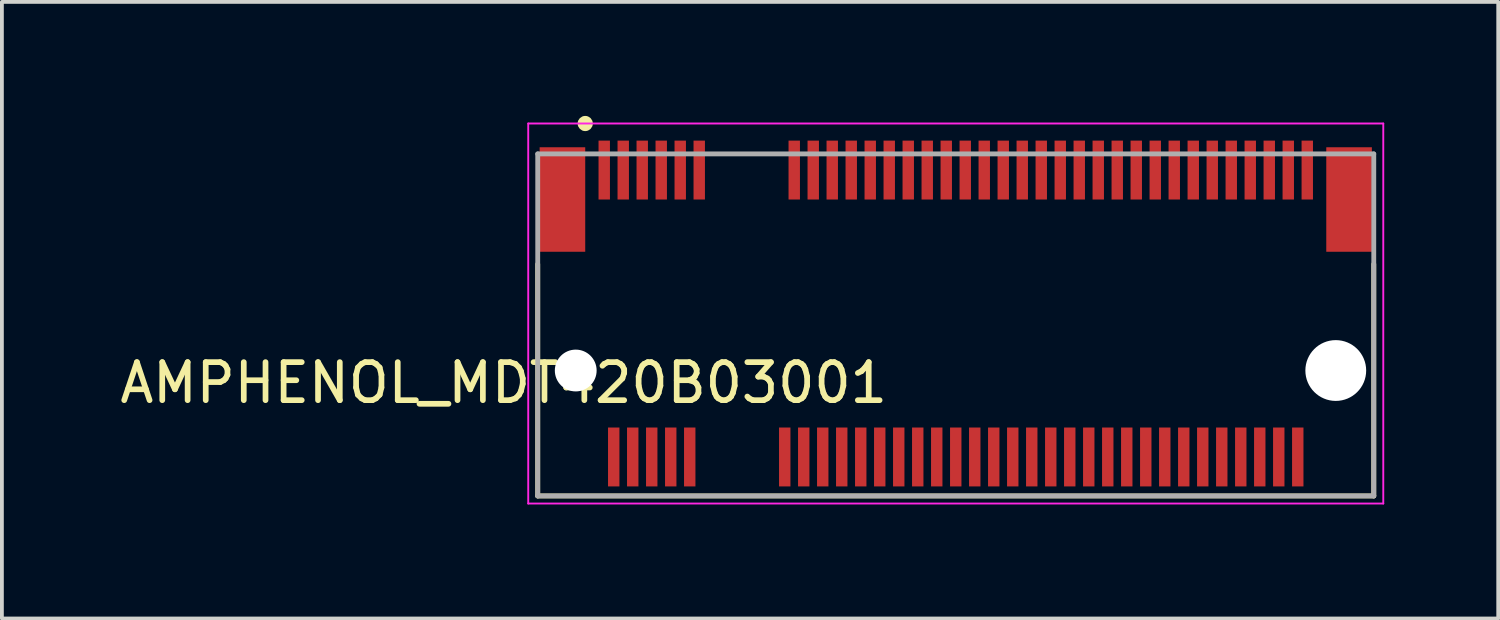
<source format=kicad_pcb>
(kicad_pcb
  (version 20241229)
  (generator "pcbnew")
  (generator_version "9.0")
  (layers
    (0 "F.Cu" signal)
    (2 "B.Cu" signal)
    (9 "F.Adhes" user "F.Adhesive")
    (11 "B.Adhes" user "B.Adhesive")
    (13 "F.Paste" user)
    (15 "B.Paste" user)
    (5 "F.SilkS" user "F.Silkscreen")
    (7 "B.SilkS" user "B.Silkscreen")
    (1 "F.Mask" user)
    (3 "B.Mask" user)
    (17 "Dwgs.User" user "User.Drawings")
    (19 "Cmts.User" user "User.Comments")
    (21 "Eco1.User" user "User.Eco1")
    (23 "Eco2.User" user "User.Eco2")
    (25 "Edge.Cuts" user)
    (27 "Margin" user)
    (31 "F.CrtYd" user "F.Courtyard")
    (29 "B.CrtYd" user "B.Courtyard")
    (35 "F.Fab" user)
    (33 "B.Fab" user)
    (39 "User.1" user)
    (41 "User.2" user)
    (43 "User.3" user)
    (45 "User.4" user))
  (footprint "AMPHENOL_MDT420B03001"
    (layer "F.Cu")
    (at 22.1 6.7)
    (property "Reference" "AMPHENOL_MDT420B03001" (at -11.895 0.325 180) (layer "F.SilkS") (effects (font (size 1.001 1.001) (thickness 0.15))))
    (attr through_hole)
    (fp_line (start -11 -2.8) (end -11 3.3) (stroke (width 0.127) (type solid)) (layer "F.SilkS"))
    (fp_line (start 11 -2.8) (end 11 3.3) (stroke (width 0.127) (type solid)) (layer "F.SilkS"))
    (fp_line (start 11 3.3) (end -11 3.3) (stroke (width 0.127) (type solid)) (layer "F.SilkS"))
    (fp_circle (center -9.75 -6.5) (end -9.65 -6.5) (stroke (width 0.2) (type solid)) (fill no) (layer "F.SilkS"))
    (fp_line (start -11.25 -6.5) (end 11.25 -6.5) (stroke (width 0.05) (type solid)) (layer "F.CrtYd"))
    (fp_line (start -11.25 3.5) (end -11.25 -6.5) (stroke (width 0.05) (type solid)) (layer "F.CrtYd"))
    (fp_line (start 11.25 -6.5) (end 11.25 3.5) (stroke (width 0.05) (type solid)) (layer "F.CrtYd"))
    (fp_line (start 11.25 3.5) (end -11.25 3.5) (stroke (width 0.05) (type solid)) (layer "F.CrtYd"))
    (fp_line (start -11 -5.7) (end 11 -5.7) (stroke (width 0.127) (type solid)) (layer "F.Fab"))
    (fp_line (start -11 3.3) (end -11 -5.7) (stroke (width 0.127) (type solid)) (layer "F.Fab"))
    (fp_line (start 11 -5.7) (end 11 3.3) (stroke (width 0.127) (type solid)) (layer "F.Fab"))
    (fp_line (start 11 3.3) (end -11 3.3) (stroke (width 0.127) (type solid)) (layer "F.Fab"))
    (pad "" np_thru_hole circle (at -10 0) (size 1.1 1.1) (drill 1.1) (layers "*.Cu" "*.Mask"))
    (pad "" np_thru_hole circle (at 10 0) (size 1.6 1.6) (drill 1.6) (layers "*.Cu" "*.Mask"))
    (pad "1" smd rect (at -9.25 -5.275) (size 0.3 1.55) (layers "F.Cu" "F.Mask" "F.Paste"))
    (pad "2" smd rect (at -9 2.275) (size 0.3 1.55) (layers "F.Cu" "F.Mask" "F.Paste"))
    (pad "3" smd rect (at -8.75 -5.275) (size 0.3 1.55) (layers "F.Cu" "F.Mask" "F.Paste"))
    (pad "4" smd rect (at -8.5 2.275) (size 0.3 1.55) (layers "F.Cu" "F.Mask" "F.Paste"))
    (pad "5" smd rect (at -8.25 -5.275) (size 0.3 1.55) (layers "F.Cu" "F.Mask" "F.Paste"))
    (pad "6" smd rect (at -8 2.275) (size 0.3 1.55) (layers "F.Cu" "F.Mask" "F.Paste"))
    (pad "7" smd rect (at -7.75 -5.275) (size 0.3 1.55) (layers "F.Cu" "F.Mask" "F.Paste"))
    (pad "8" smd rect (at -7.5 2.275) (size 0.3 1.55) (layers "F.Cu" "F.Mask" "F.Paste"))
    (pad "9" smd rect (at -7.25 -5.275) (size 0.3 1.55) (layers "F.Cu" "F.Mask" "F.Paste"))
    (pad "10" smd rect (at -7 2.275) (size 0.3 1.55) (layers "F.Cu" "F.Mask" "F.Paste"))
    (pad "11" smd rect (at -6.75 -5.275) (size 0.3 1.55) (layers "F.Cu" "F.Mask" "F.Paste"))
    (pad "20" smd rect (at -4.5 2.275) (size 0.3 1.55) (layers "F.Cu" "F.Mask" "F.Paste"))
    (pad "21" smd rect (at -4.25 -5.275) (size 0.3 1.55) (layers "F.Cu" "F.Mask" "F.Paste"))
    (pad "22" smd rect (at -4 2.275) (size 0.3 1.55) (layers "F.Cu" "F.Mask" "F.Paste"))
    (pad "23" smd rect (at -3.75 -5.275) (size 0.3 1.55) (layers "F.Cu" "F.Mask" "F.Paste"))
    (pad "24" smd rect (at -3.5 2.275) (size 0.3 1.55) (layers "F.Cu" "F.Mask" "F.Paste"))
    (pad "25" smd rect (at -3.25 -5.275) (size 0.3 1.55) (layers "F.Cu" "F.Mask" "F.Paste"))
    (pad "26" smd rect (at -3 2.275) (size 0.3 1.55) (layers "F.Cu" "F.Mask" "F.Paste"))
    (pad "27" smd rect (at -2.75 -5.275) (size 0.3 1.55) (layers "F.Cu" "F.Mask" "F.Paste"))
    (pad "28" smd rect (at -2.5 2.275) (size 0.3 1.55) (layers "F.Cu" "F.Mask" "F.Paste"))
    (pad "29" smd rect (at -2.25 -5.275) (size 0.3 1.55) (layers "F.Cu" "F.Mask" "F.Paste"))
    (pad "30" smd rect (at -2 2.275) (size 0.3 1.55) (layers "F.Cu" "F.Mask" "F.Paste"))
    (pad "31" smd rect (at -1.75 -5.275) (size 0.3 1.55) (layers "F.Cu" "F.Mask" "F.Paste"))
    (pad "32" smd rect (at -1.5 2.275) (size 0.3 1.55) (layers "F.Cu" "F.Mask" "F.Paste"))
    (pad "33" smd rect (at -1.25 -5.275) (size 0.3 1.55) (layers "F.Cu" "F.Mask" "F.Paste"))
    (pad "34" smd rect (at -1 2.275) (size 0.3 1.55) (layers "F.Cu" "F.Mask" "F.Paste"))
    (pad "35" smd rect (at -0.75 -5.275) (size 0.3 1.55) (layers "F.Cu" "F.Mask" "F.Paste"))
    (pad "36" smd rect (at -0.5 2.275) (size 0.3 1.55) (layers "F.Cu" "F.Mask" "F.Paste"))
    (pad "37" smd rect (at -0.25 -5.275) (size 0.3 1.55) (layers "F.Cu" "F.Mask" "F.Paste"))
    (pad "38" smd rect (at 0 2.275) (size 0.3 1.55) (layers "F.Cu" "F.Mask" "F.Paste"))
    (pad "39" smd rect (at 0.25 -5.275) (size 0.3 1.55) (layers "F.Cu" "F.Mask" "F.Paste"))
    (pad "40" smd rect (at 0.5 2.275) (size 0.3 1.55) (layers "F.Cu" "F.Mask" "F.Paste"))
    (pad "41" smd rect (at 0.75 -5.275) (size 0.3 1.55) (layers "F.Cu" "F.Mask" "F.Paste"))
    (pad "42" smd rect (at 1 2.275) (size 0.3 1.55) (layers "F.Cu" "F.Mask" "F.Paste"))
    (pad "43" smd rect (at 1.25 -5.275) (size 0.3 1.55) (layers "F.Cu" "F.Mask" "F.Paste"))
    (pad "44" smd rect (at 1.5 2.275) (size 0.3 1.55) (layers "F.Cu" "F.Mask" "F.Paste"))
    (pad "45" smd rect (at 1.75 -5.275) (size 0.3 1.55) (layers "F.Cu" "F.Mask" "F.Paste"))
    (pad "46" smd rect (at 2 2.275) (size 0.3 1.55) (layers "F.Cu" "F.Mask" "F.Paste"))
    (pad "47" smd rect (at 2.25 -5.275) (size 0.3 1.55) (layers "F.Cu" "F.Mask" "F.Paste"))
    (pad "48" smd rect (at 2.5 2.275) (size 0.3 1.55) (layers "F.Cu" "F.Mask" "F.Paste"))
    (pad "49" smd rect (at 2.75 -5.275) (size 0.3 1.55) (layers "F.Cu" "F.Mask" "F.Paste"))
    (pad "50" smd rect (at 3 2.275) (size 0.3 1.55) (layers "F.Cu" "F.Mask" "F.Paste"))
    (pad "51" smd rect (at 3.25 -5.275) (size 0.3 1.55) (layers "F.Cu" "F.Mask" "F.Paste"))
    (pad "52" smd rect (at 3.5 2.275) (size 0.3 1.55) (layers "F.Cu" "F.Mask" "F.Paste"))
    (pad "53" smd rect (at 3.75 -5.275) (size 0.3 1.55) (layers "F.Cu" "F.Mask" "F.Paste"))
    (pad "54" smd rect (at 4 2.275) (size 0.3 1.55) (layers "F.Cu" "F.Mask" "F.Paste"))
    (pad "55" smd rect (at 4.25 -5.275) (size 0.3 1.55) (layers "F.Cu" "F.Mask" "F.Paste"))
    (pad "56" smd rect (at 4.5 2.275) (size 0.3 1.55) (layers "F.Cu" "F.Mask" "F.Paste"))
    (pad "57" smd rect (at 4.75 -5.275) (size 0.3 1.55) (layers "F.Cu" "F.Mask" "F.Paste"))
    (pad "58" smd rect (at 5 2.275) (size 0.3 1.55) (layers "F.Cu" "F.Mask" "F.Paste"))
    (pad "59" smd rect (at 5.25 -5.275) (size 0.3 1.55) (layers "F.Cu" "F.Mask" "F.Paste"))
    (pad "60" smd rect (at 5.5 2.275) (size 0.3 1.55) (layers "F.Cu" "F.Mask" "F.Paste"))
    (pad "61" smd rect (at 5.75 -5.275) (size 0.3 1.55) (layers "F.Cu" "F.Mask" "F.Paste"))
    (pad "62" smd rect (at 6 2.275) (size 0.3 1.55) (layers "F.Cu" "F.Mask" "F.Paste"))
    (pad "63" smd rect (at 6.25 -5.275) (size 0.3 1.55) (layers "F.Cu" "F.Mask" "F.Paste"))
    (pad "64" smd rect (at 6.5 2.275) (size 0.3 1.55) (layers "F.Cu" "F.Mask" "F.Paste"))
    (pad "65" smd rect (at 6.75 -5.275) (size 0.3 1.55) (layers "F.Cu" "F.Mask" "F.Paste"))
    (pad "66" smd rect (at 7 2.275) (size 0.3 1.55) (layers "F.Cu" "F.Mask" "F.Paste"))
    (pad "67" smd rect (at 7.25 -5.275) (size 0.3 1.55) (layers "F.Cu" "F.Mask" "F.Paste"))
    (pad "68" smd rect (at 7.5 2.275) (size 0.3 1.55) (layers "F.Cu" "F.Mask" "F.Paste"))
    (pad "69" smd rect (at 7.75 -5.275) (size 0.3 1.55) (layers "F.Cu" "F.Mask" "F.Paste"))
    (pad "70" smd rect (at 8 2.275) (size 0.3 1.55) (layers "F.Cu" "F.Mask" "F.Paste"))
    (pad "71" smd rect (at 8.25 -5.275) (size 0.3 1.55) (layers "F.Cu" "F.Mask" "F.Paste"))
    (pad "72" smd rect (at 8.5 2.275) (size 0.3 1.55) (layers "F.Cu" "F.Mask" "F.Paste"))
    (pad "73" smd rect (at 8.75 -5.275) (size 0.3 1.55) (layers "F.Cu" "F.Mask" "F.Paste"))
    (pad "74" smd rect (at 9 2.275) (size 0.3 1.55) (layers "F.Cu" "F.Mask" "F.Paste"))
    (pad "75" smd rect (at 9.25 -5.275) (size 0.3 1.55) (layers "F.Cu" "F.Mask" "F.Paste"))
    (pad "P1" smd rect (at -10.35 -4.5) (size 1.2 2.75) (layers "F.Cu" "F.Mask" "F.Paste"))
    (pad "P2" smd rect (at 10.35 -4.5) (size 1.2 2.75) (layers "F.Cu" "F.Mask" "F.Paste")))
  (gr_rect
    (start -3 -3)
    (end 36.375 13.225)
    (stroke (width 0.1) (type default))
    (fill no)
    (layer "Edge.Cuts")))
</source>
